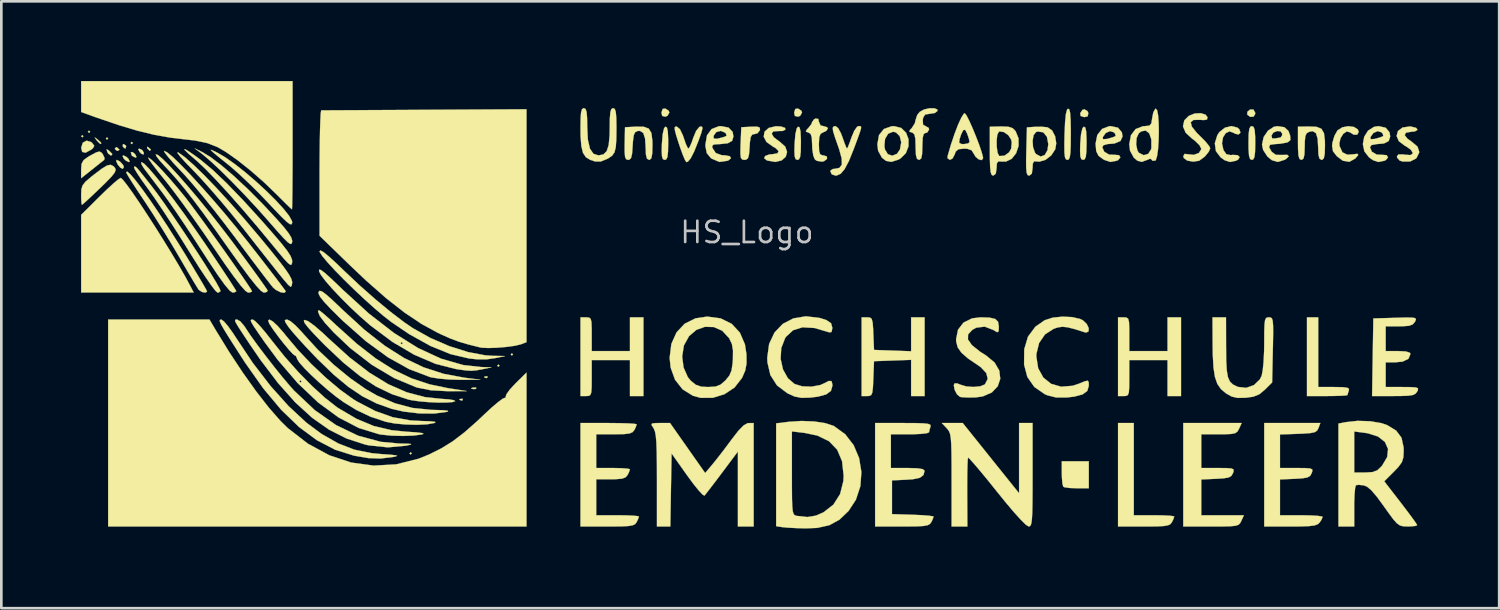
<source format=kicad_pcb>
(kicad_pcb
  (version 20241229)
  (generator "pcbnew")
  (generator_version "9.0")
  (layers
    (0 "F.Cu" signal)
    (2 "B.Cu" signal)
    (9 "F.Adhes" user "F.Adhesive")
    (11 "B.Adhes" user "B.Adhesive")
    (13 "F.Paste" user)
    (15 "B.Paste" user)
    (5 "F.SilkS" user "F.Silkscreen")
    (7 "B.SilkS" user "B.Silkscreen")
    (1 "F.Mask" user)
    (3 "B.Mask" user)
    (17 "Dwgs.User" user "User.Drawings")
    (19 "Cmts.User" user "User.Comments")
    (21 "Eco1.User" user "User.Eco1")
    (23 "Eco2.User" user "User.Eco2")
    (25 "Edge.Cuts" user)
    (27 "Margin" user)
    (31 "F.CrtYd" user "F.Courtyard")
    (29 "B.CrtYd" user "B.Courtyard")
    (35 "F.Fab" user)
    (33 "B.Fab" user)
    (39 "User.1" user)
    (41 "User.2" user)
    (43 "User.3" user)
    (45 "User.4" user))
  (footprint "HS_Logo"
    (layer "F.Cu")
    (at 25.066 7.794)
    (property "Reference" "HS_Logo" (at 0 -2.1 0) (layer "Dwgs.User") (effects (font (size 0.8 0.8) (thickness 0.1))))
    (attr through_hole)
    (fp_poly (pts (xy -24.977 -5.715) (xy -25.019 -5.673) (xy -25.061 -5.715) (xy -25.019 -5.757) (xy -24.977 -5.715)) (stroke (width 0.01) (type solid)) (fill yes) (layer "F.SilkS"))
    (fp_poly (pts (xy -24.723 -5.884) (xy -24.765 -5.842) (xy -24.807 -5.884) (xy -24.765 -5.927) (xy -24.723 -5.884)) (stroke (width 0.01) (type solid)) (fill yes) (layer "F.SilkS"))
    (fp_poly (pts (xy -24.045 -5.63) (xy -24.088 -5.588) (xy -24.13 -5.63) (xy -24.088 -5.673) (xy -24.045 -5.63)) (stroke (width 0.01) (type solid)) (fill yes) (layer "F.SilkS"))
    (fp_poly (pts (xy -23.114 -5.461) (xy -23.156 -5.419) (xy -23.199 -5.461) (xy -23.156 -5.503) (xy -23.114 -5.461)) (stroke (width 0.01) (type solid)) (fill yes) (layer "F.SilkS"))
    (fp_poly (pts (xy -12.615 6.223) (xy -12.658 6.265) (xy -12.7 6.223) (xy -12.658 6.181) (xy -12.615 6.223)) (stroke (width 0.01) (type solid)) (fill yes) (layer "F.SilkS"))
    (fp_poly (pts (xy -9.313 2.921) (xy -9.356 2.963) (xy -9.398 2.921) (xy -9.356 2.879) (xy -9.313 2.921)) (stroke (width 0.01) (type solid)) (fill yes) (layer "F.SilkS"))
    (fp_poly (pts (xy -8.805 2.498) (xy -8.848 2.54) (xy -8.89 2.498) (xy -8.848 2.455) (xy -8.805 2.498)) (stroke (width 0.01) (type solid)) (fill yes) (layer "F.SilkS"))
    (fp_poly (pts (xy -10.696 4.177) (xy -10.708 4.227) (xy -10.753 4.233) (xy -10.822 4.202) (xy -10.809 4.177) (xy -10.709 4.167) (xy -10.696 4.177)) (stroke (width 0.01) (type solid)) (fill yes) (layer "F.SilkS"))
    (fp_poly (pts (xy -10.183 3.759) (xy -10.208 3.797) (xy -10.294 3.803) (xy -10.384 3.783) (xy -10.345 3.752) (xy -10.213 3.742) (xy -10.183 3.759)) (stroke (width 0.01) (type solid)) (fill yes) (layer "F.SilkS"))
    (fp_poly (pts (xy -9.765 3.33) (xy -9.777 3.381) (xy -9.821 3.387) (xy -9.891 3.356) (xy -9.878 3.33) (xy -9.777 3.32) (xy -9.765 3.33)) (stroke (width 0.01) (type solid)) (fill yes) (layer "F.SilkS"))
    (fp_poly (pts (xy -23.031 -5.04) (xy -22.976 -4.933) (xy -23.014 -4.911) (xy -23.138 -4.973) (xy -23.16 -5.001) (xy -23.192 -5.111) (xy -23.126 -5.12) (xy -23.031 -5.04)) (stroke (width 0.01) (type solid)) (fill yes) (layer "F.SilkS"))
    (fp_poly (pts (xy -22.764 -5.196) (xy -22.699 -5.091) (xy -22.712 -5.03) (xy -22.789 -5.053) (xy -22.858 -5.12) (xy -22.913 -5.227) (xy -22.875 -5.249) (xy -22.764 -5.196)) (stroke (width 0.01) (type solid)) (fill yes) (layer "F.SilkS"))
    (fp_poly (pts (xy -22.534 -5.3) (xy -22.444 -5.221) (xy -22.437 -5.202) (xy -22.477 -5.167) (xy -22.561 -5.245) (xy -22.572 -5.262) (xy -22.582 -5.32) (xy -22.534 -5.3)) (stroke (width 0.01) (type solid)) (fill yes) (layer "F.SilkS"))
    (fp_poly (pts (xy -24.509 -5.646) (xy -24.448 -5.599) (xy -24.33 -5.494) (xy -24.299 -5.451) (xy -24.341 -5.425) (xy -24.453 -5.534) (xy -24.479 -5.567) (xy -24.553 -5.667) (xy -24.509 -5.646)) (stroke (width 0.01) (type solid)) (fill yes) (layer "F.SilkS"))
    (fp_poly (pts (xy -24.03 -5.187) (xy -24.005 -5.166) (xy -23.888 -5.047) (xy -23.915 -4.998) (xy -23.952 -4.995) (xy -24.043 -5.063) (xy -24.081 -5.134) (xy -24.102 -5.226) (xy -24.03 -5.187)) (stroke (width 0.01) (type solid)) (fill yes) (layer "F.SilkS"))
    (fp_poly (pts (xy -23.707 -5.292) (xy -23.626 -5.216) (xy -23.622 -5.202) (xy -23.688 -5.166) (xy -23.707 -5.165) (xy -23.788 -5.23) (xy -23.791 -5.254) (xy -23.739 -5.305) (xy -23.707 -5.292)) (stroke (width 0.01) (type solid)) (fill yes) (layer "F.SilkS"))
    (fp_poly (pts (xy -23.602 -4.765) (xy -23.485 -4.638) (xy -23.453 -4.555) (xy -23.495 -4.487) (xy -23.594 -4.54) (xy -23.687 -4.657) (xy -23.743 -4.785) (xy -23.724 -4.826) (xy -23.602 -4.765)) (stroke (width 0.01) (type solid)) (fill yes) (layer "F.SilkS"))
    (fp_poly (pts (xy -23.371 -5.357) (xy -23.368 -5.334) (xy -23.397 -5.252) (xy -23.405 -5.249) (xy -23.478 -5.309) (xy -23.495 -5.334) (xy -23.488 -5.412) (xy -23.458 -5.419) (xy -23.371 -5.357)) (stroke (width 0.01) (type solid)) (fill yes) (layer "F.SilkS"))
    (fp_poly (pts (xy -23.354 -4.937) (xy -23.283 -4.868) (xy -23.233 -4.766) (xy -23.263 -4.741) (xy -23.382 -4.8) (xy -23.453 -4.868) (xy -23.503 -4.971) (xy -23.473 -4.995) (xy -23.354 -4.937)) (stroke (width 0.01) (type solid)) (fill yes) (layer "F.SilkS"))
    (fp_poly (pts (xy -2.943 -6.674) (xy -2.921 -6.604) (xy -2.991 -6.484) (xy -3.069 -6.451) (xy -3.189 -6.48) (xy -3.217 -6.604) (xy -3.174 -6.743) (xy -3.069 -6.757) (xy -2.943 -6.674)) (stroke (width 0.01) (type solid)) (fill yes) (layer "F.SilkS"))
    (fp_poly (pts (xy 2.052 -6.674) (xy 2.074 -6.604) (xy 2.004 -6.484) (xy 1.926 -6.451) (xy 1.806 -6.48) (xy 1.778 -6.604) (xy 1.821 -6.743) (xy 1.926 -6.757) (xy 2.052 -6.674)) (stroke (width 0.01) (type solid)) (fill yes) (layer "F.SilkS"))
    (fp_poly (pts (xy 12.82 -6.661) (xy 12.853 -6.583) (xy 12.824 -6.463) (xy 12.7 -6.435) (xy 12.561 -6.478) (xy 12.547 -6.583) (xy 12.63 -6.709) (xy 12.7 -6.731) (xy 12.82 -6.661)) (stroke (width 0.01) (type solid)) (fill yes) (layer "F.SilkS"))
    (fp_poly (pts (xy 19.067 -6.72) (xy 19.129 -6.609) (xy 19.135 -6.557) (xy 19.074 -6.455) (xy 18.946 -6.444) (xy 18.832 -6.529) (xy 18.84 -6.638) (xy 18.941 -6.722) (xy 19.064 -6.722) (xy 19.067 -6.72)) (stroke (width 0.01) (type solid)) (fill yes) (layer "F.SilkS"))
    (fp_poly (pts (xy -24.68 -5.493) (xy -24.648 -5.465) (xy -24.567 -5.356) (xy -24.618 -5.264) (xy -24.684 -5.211) (xy -24.893 -5.096) (xy -25.021 -5.125) (xy -25.061 -5.283) (xy -25 -5.472) (xy -24.854 -5.55) (xy -24.68 -5.493)) (stroke (width 0.01) (type solid)) (fill yes) (layer "F.SilkS"))
    (fp_poly (pts (xy 12.869 7.535) (xy 12.418 7.535) (xy 12.154 7.526) (xy 11.965 7.5) (xy 11.91 7.479) (xy 11.878 7.369) (xy 11.858 7.147) (xy 11.853 6.971) (xy 11.853 6.519) (xy 12.869 6.519) (xy 12.869 7.535)) (stroke (width 0.01) (type solid)) (fill yes) (layer "F.SilkS"))
    (fp_poly (pts (xy -24.295 -5.099) (xy -24.244 -5.034) (xy -24.179 -4.893) (xy -24.193 -4.826) (xy -24.29 -4.75) (xy -24.475 -4.603) (xy -24.659 -4.456) (xy -25.061 -4.137) (xy -25.061 -4.466) (xy -25.045 -4.677) (xy -24.97 -4.816) (xy -24.795 -4.943) (xy -24.71 -4.992) (xy -24.495 -5.107) (xy -24.374 -5.141) (xy -24.295 -5.099)) (stroke (width 0.01) (type solid)) (fill yes) (layer "F.SilkS"))
    (fp_poly (pts (xy -3.012 -6.046) (xy -2.978 -5.899) (xy -2.964 -5.612) (xy -2.963 -5.468) (xy -2.97 -5.133) (xy -2.992 -4.935) (xy -3.038 -4.844) (xy -3.094 -4.826) (xy -3.162 -4.854) (xy -3.198 -4.96) (xy -3.207 -5.176) (xy -3.2 -5.433) (xy -3.17 -5.798) (xy -3.118 -6.016) (xy -3.069 -6.075) (xy -3.012 -6.046)) (stroke (width 0.01) (type solid)) (fill yes) (layer "F.SilkS"))
    (fp_poly (pts (xy 1.983 -6.046) (xy 2.017 -5.899) (xy 2.031 -5.612) (xy 2.032 -5.468) (xy 2.026 -5.133) (xy 2.003 -4.935) (xy 1.957 -4.844) (xy 1.901 -4.826) (xy 1.833 -4.854) (xy 1.797 -4.96) (xy 1.788 -5.176) (xy 1.795 -5.433) (xy 1.825 -5.798) (xy 1.877 -6.016) (xy 1.926 -6.075) (xy 1.983 -6.046)) (stroke (width 0.01) (type solid)) (fill yes) (layer "F.SilkS"))
    (fp_poly (pts (xy 12.736 -6.046) (xy 12.77 -5.899) (xy 12.784 -5.612) (xy 12.785 -5.468) (xy 12.778 -5.133) (xy 12.756 -4.935) (xy 12.71 -4.844) (xy 12.654 -4.826) (xy 12.586 -4.854) (xy 12.55 -4.96) (xy 12.541 -5.176) (xy 12.548 -5.433) (xy 12.578 -5.798) (xy 12.63 -6.016) (xy 12.679 -6.075) (xy 12.736 -6.046)) (stroke (width 0.01) (type solid)) (fill yes) (layer "F.SilkS"))
    (fp_poly (pts (xy 21.505 3.725) (xy 22.107 3.725) (xy 22.421 3.73) (xy 22.596 3.751) (xy 22.664 3.793) (xy 22.657 3.859) (xy 22.613 3.994) (xy 22.606 4.029) (xy 22.528 4.044) (xy 22.318 4.056) (xy 22.014 4.063) (xy 21.844 4.064) (xy 21.082 4.064) (xy 21.082 1.101) (xy 21.505 1.101) (xy 21.505 3.725)) (stroke (width 0.01) (type solid)) (fill yes) (layer "F.SilkS"))
    (fp_poly (pts (xy 19.075 -6.063) (xy 19.114 -5.943) (xy 19.132 -5.705) (xy 19.135 -5.461) (xy 19.128 -5.126) (xy 19.104 -4.929) (xy 19.056 -4.841) (xy 19.008 -4.826) (xy 18.941 -4.859) (xy 18.901 -4.979) (xy 18.884 -5.217) (xy 18.881 -5.461) (xy 18.887 -5.796) (xy 18.911 -5.993) (xy 18.959 -6.081) (xy 19.008 -6.096) (xy 19.075 -6.063)) (stroke (width 0.01) (type solid)) (fill yes) (layer "F.SilkS"))
    (fp_poly (pts (xy 14.563 8.551) (xy 15.325 8.551) (xy 15.66 8.556) (xy 15.92 8.569) (xy 16.067 8.589) (xy 16.087 8.599) (xy 16.051 8.704) (xy 15.999 8.811) (xy 15.945 8.882) (xy 15.854 8.929) (xy 15.695 8.957) (xy 15.435 8.971) (xy 15.044 8.975) (xy 14.941 8.975) (xy 13.97 8.975) (xy 13.97 5.08) (xy 14.563 5.08) (xy 14.563 8.551)) (stroke (width 0.01) (type solid)) (fill yes) (layer "F.SilkS"))
    (fp_poly (pts (xy -23.492 -4.079) (xy -23.339 -3.886) (xy -23.126 -3.59) (xy -22.869 -3.213) (xy -22.58 -2.775) (xy -22.273 -2.299) (xy -21.963 -1.805) (xy -21.662 -1.316) (xy -21.385 -0.852) (xy -21.145 -0.435) (xy -20.96 -0.093) (xy -20.824 0.169) (xy -25.061 0.169) (xy -25.061 -2.755) (xy -24.361 -3.452) (xy -24.078 -3.726) (xy -23.834 -3.95) (xy -23.656 -4.098) (xy -23.572 -4.149) (xy -23.492 -4.079)) (stroke (width 0.01) (type solid)) (fill yes) (layer "F.SilkS"))
    (fp_poly (pts (xy 12.134 -6.727) (xy 12.166 -6.599) (xy 12.184 -6.349) (xy 12.192 -5.956) (xy 12.192 -5.807) (xy 12.189 -5.379) (xy 12.177 -5.093) (xy 12.153 -4.924) (xy 12.113 -4.844) (xy 12.062 -4.826) (xy 12.005 -4.849) (xy 11.97 -4.935) (xy 11.952 -5.113) (xy 11.949 -5.409) (xy 11.956 -5.772) (xy 11.976 -6.238) (xy 12.006 -6.548) (xy 12.051 -6.715) (xy 12.086 -6.752) (xy 12.134 -6.727)) (stroke (width 0.01) (type solid)) (fill yes) (layer "F.SilkS"))
    (fp_poly (pts (xy 0.483 -6.04) (xy 0.492 -5.95) (xy 0.492 -5.947) (xy 0.396 -5.826) (xy 0.295 -5.8) (xy 0.198 -5.777) (xy 0.142 -5.685) (xy 0.112 -5.483) (xy 0.102 -5.313) (xy 0.079 -5.035) (xy 0.04 -4.888) (xy -0.033 -4.832) (xy -0.093 -4.826) (xy -0.179 -4.84) (xy -0.227 -4.906) (xy -0.245 -5.059) (xy -0.241 -5.335) (xy -0.237 -5.44) (xy -0.212 -6.054) (xy 0.154 -6.074) (xy 0.383 -6.077) (xy 0.483 -6.04)) (stroke (width 0.01) (type solid)) (fill yes) (layer "F.SilkS"))
    (fp_poly (pts (xy -23.846 -4.588) (xy -23.791 -4.529) (xy -23.761 -4.455) (xy -23.795 -4.355) (xy -23.911 -4.204) (xy -24.126 -3.981) (xy -24.345 -3.767) (xy -24.615 -3.51) (xy -24.837 -3.302) (xy -24.985 -3.169) (xy -25.033 -3.133) (xy -25.05 -3.208) (xy -25.06 -3.4) (xy -25.061 -3.512) (xy -25.053 -3.716) (xy -25.008 -3.865) (xy -24.898 -4.005) (xy -24.692 -4.181) (xy -24.575 -4.274) (xy -24.282 -4.495) (xy -24.085 -4.614) (xy -23.95 -4.641) (xy -23.846 -4.588)) (stroke (width 0.01) (type solid)) (fill yes) (layer "F.SilkS"))
    (fp_poly (pts (xy -5.946 1.109) (xy -5.883 1.156) (xy -5.852 1.279) (xy -5.843 1.513) (xy -5.842 1.736) (xy -5.842 2.371) (xy -4.403 2.371) (xy -4.403 1.101) (xy -3.895 1.101) (xy -3.895 4.064) (xy -4.403 4.064) (xy -4.403 2.709) (xy -5.842 2.709) (xy -5.842 3.387) (xy -5.844 3.723) (xy -5.858 3.924) (xy -5.895 4.025) (xy -5.964 4.06) (xy -6.054 4.064) (xy -6.265 4.064) (xy -6.265 1.101) (xy -6.054 1.101) (xy -5.946 1.109)) (stroke (width 0.01) (type solid)) (fill yes) (layer "F.SilkS"))
    (fp_poly (pts (xy 14.289 1.109) (xy 14.352 1.156) (xy 14.383 1.279) (xy 14.393 1.513) (xy 14.393 1.736) (xy 14.393 2.371) (xy 15.833 2.371) (xy 15.833 1.101) (xy 16.341 1.101) (xy 16.341 4.064) (xy 15.833 4.064) (xy 15.833 2.709) (xy 14.393 2.709) (xy 14.393 3.387) (xy 14.391 3.723) (xy 14.377 3.924) (xy 14.341 4.025) (xy 14.271 4.06) (xy 14.182 4.064) (xy 13.97 4.064) (xy 13.97 1.101) (xy 14.182 1.101) (xy 14.289 1.109)) (stroke (width 0.01) (type solid)) (fill yes) (layer "F.SilkS"))
    (fp_poly (pts (xy -16.055 0.87) (xy -15.89 1.006) (xy -15.656 1.215) (xy -15.445 1.412) (xy -14.683 2.097) (xy -13.976 2.647) (xy -13.3 3.076) (xy -12.63 3.397) (xy -11.941 3.625) (xy -11.262 3.766) (xy -10.541 3.878) (xy -11.261 3.882) (xy -11.896 3.848) (xy -12.417 3.744) (xy -12.446 3.735) (xy -13.278 3.388) (xy -14.115 2.891) (xy -14.931 2.26) (xy -15.546 1.678) (xy -15.876 1.318) (xy -16.075 1.057) (xy -16.145 0.889) (xy -16.126 0.83) (xy -16.055 0.87)) (stroke (width 0.01) (type solid)) (fill yes) (layer "F.SilkS"))
    (fp_poly (pts (xy 4.634 1.11) (xy 4.698 1.164) (xy 4.733 1.298) (xy 4.752 1.547) (xy 4.759 1.714) (xy 4.784 2.328) (xy 5.482 2.353) (xy 6.181 2.378) (xy 6.181 1.101) (xy 6.689 1.101) (xy 6.689 4.064) (xy 6.181 4.064) (xy 6.181 2.702) (xy 5.482 2.727) (xy 4.784 2.752) (xy 4.759 3.408) (xy 4.744 3.737) (xy 4.72 3.933) (xy 4.677 4.029) (xy 4.6 4.061) (xy 4.526 4.064) (xy 4.318 4.064) (xy 4.318 1.101) (xy 4.526 1.101) (xy 4.634 1.11)) (stroke (width 0.01) (type solid)) (fill yes) (layer "F.SilkS"))
    (fp_poly (pts (xy -20.517 -5.128) (xy -20.195 -4.933) (xy -19.788 -4.625) (xy -19.317 -4.222) (xy -18.803 -3.743) (xy -18.267 -3.205) (xy -18.049 -2.975) (xy -17.68 -2.576) (xy -17.417 -2.277) (xy -17.246 -2.057) (xy -17.15 -1.899) (xy -17.117 -1.781) (xy -17.118 -1.738) (xy -17.139 -1.669) (xy -17.188 -1.659) (xy -17.281 -1.723) (xy -17.434 -1.874) (xy -17.663 -2.126) (xy -17.984 -2.493) (xy -18.006 -2.519) (xy -18.442 -3.009) (xy -18.903 -3.505) (xy -19.363 -3.981) (xy -19.797 -4.411) (xy -20.178 -4.769) (xy -20.482 -5.028) (xy -20.532 -5.067) (xy -20.786 -5.258) (xy -20.517 -5.128)) (stroke (width 0.01) (type solid)) (fill yes) (layer "F.SilkS"))
    (fp_poly (pts (xy -20.103 -5.178) (xy -19.948 -5.103) (xy -19.926 -5.092) (xy -19.619 -4.911) (xy -19.26 -4.655) (xy -18.87 -4.347) (xy -18.471 -4.005) (xy -18.087 -3.651) (xy -17.738 -3.305) (xy -17.447 -2.989) (xy -17.235 -2.722) (xy -17.126 -2.526) (xy -17.116 -2.459) (xy -17.142 -2.401) (xy -17.205 -2.408) (xy -17.321 -2.492) (xy -17.506 -2.668) (xy -17.776 -2.949) (xy -18.003 -3.191) (xy -18.37 -3.574) (xy -18.762 -3.96) (xy -19.134 -4.31) (xy -19.444 -4.581) (xy -19.485 -4.614) (xy -19.83 -4.891) (xy -20.054 -5.075) (xy -20.167 -5.176) (xy -20.18 -5.207) (xy -20.103 -5.178)) (stroke (width 0.01) (type solid)) (fill yes) (layer "F.SilkS"))
    (fp_poly (pts (xy 18.459 -6.042) (xy 18.536 -5.977) (xy 18.579 -5.85) (xy 18.508 -5.782) (xy 18.374 -5.81) (xy 18.337 -5.836) (xy 18.169 -5.9) (xy 18.022 -5.831) (xy 17.92 -5.667) (xy 17.883 -5.444) (xy 17.937 -5.201) (xy 17.941 -5.191) (xy 18.047 -5.039) (xy 18.209 -5.005) (xy 18.29 -5.014) (xy 18.475 -5.003) (xy 18.548 -4.929) (xy 18.488 -4.834) (xy 18.408 -4.793) (xy 18.188 -4.746) (xy 17.986 -4.811) (xy 17.834 -4.917) (xy 17.655 -5.154) (xy 17.613 -5.45) (xy 17.709 -5.758) (xy 17.786 -5.873) (xy 17.994 -6.038) (xy 18.239 -6.098) (xy 18.459 -6.042)) (stroke (width 0.01) (type solid)) (fill yes) (layer "F.SilkS"))
    (fp_poly (pts (xy -21.058 -5.176) (xy -20.826 -5.019) (xy -20.564 -4.827) (xy -20.123 -4.46) (xy -19.591 -3.955) (xy -18.971 -3.314) (xy -18.266 -2.539) (xy -17.838 -2.051) (xy -17.52 -1.679) (xy -17.306 -1.405) (xy -17.178 -1.207) (xy -17.122 -1.061) (xy -17.118 -0.97) (xy -17.138 -0.89) (xy -17.184 -0.874) (xy -17.272 -0.938) (xy -17.421 -1.096) (xy -17.646 -1.364) (xy -17.822 -1.578) (xy -18.41 -2.289) (xy -18.974 -2.95) (xy -19.499 -3.546) (xy -19.971 -4.059) (xy -20.373 -4.475) (xy -20.692 -4.775) (xy -20.749 -4.824) (xy -21.021 -5.059) (xy -21.16 -5.195) (xy -21.17 -5.235) (xy -21.058 -5.176)) (stroke (width 0.01) (type solid)) (fill yes) (layer "F.SilkS"))
    (fp_poly (pts (xy -17.103 -5.376) (xy -17.103 -4.757) (xy -17.106 -4.196) (xy -17.109 -3.716) (xy -17.114 -3.336) (xy -17.119 -3.08) (xy -17.125 -2.967) (xy -17.126 -2.963) (xy -17.192 -3.02) (xy -17.348 -3.17) (xy -17.567 -3.389) (xy -17.698 -3.52) (xy -18.173 -3.978) (xy -18.673 -4.416) (xy -19.162 -4.806) (xy -19.606 -5.119) (xy -19.922 -5.305) (xy -20.31 -5.457) (xy -20.781 -5.555) (xy -21.078 -5.589) (xy -21.699 -5.662) (xy -22.308 -5.77) (xy -22.945 -5.925) (xy -23.648 -6.135) (xy -24.458 -6.411) (xy -24.575 -6.452) (xy -25.061 -6.627) (xy -25.061 -7.789) (xy -17.103 -7.789) (xy -17.103 -5.376)) (stroke (width 0.01) (type solid)) (fill yes) (layer "F.SilkS"))
    (fp_poly (pts (xy -15.995 0.128) (xy -15.848 0.234) (xy -15.623 0.432) (xy -15.302 0.737) (xy -15.209 0.827) (xy -14.4 1.568) (xy -13.638 2.167) (xy -12.903 2.634) (xy -12.172 2.983) (xy -11.424 3.226) (xy -10.638 3.373) (xy -10.626 3.375) (xy -10.033 3.45) (xy -10.795 3.453) (xy -11.193 3.442) (xy -11.576 3.409) (xy -11.876 3.362) (xy -11.938 3.346) (xy -12.716 3.05) (xy -13.515 2.604) (xy -14.342 2.001) (xy -15.204 1.239) (xy -15.298 1.149) (xy -15.663 0.787) (xy -15.914 0.52) (xy -16.064 0.331) (xy -16.126 0.204) (xy -16.123 0.143) (xy -16.081 0.102) (xy -15.995 0.128)) (stroke (width 0.01) (type solid)) (fill yes) (layer "F.SilkS"))
    (fp_poly (pts (xy 22.85 -6.065) (xy 22.996 -5.972) (xy 23.029 -5.875) (xy 22.971 -5.773) (xy 22.836 -5.776) (xy 22.702 -5.863) (xy 22.578 -5.896) (xy 22.448 -5.807) (xy 22.345 -5.642) (xy 22.3 -5.442) (xy 22.311 -5.34) (xy 22.417 -5.11) (xy 22.599 -5.021) (xy 22.797 -5.033) (xy 22.981 -5.055) (xy 23.013 -5.011) (xy 22.906 -4.884) (xy 22.896 -4.874) (xy 22.676 -4.753) (xy 22.431 -4.795) (xy 22.211 -4.959) (xy 22.062 -5.149) (xy 22.027 -5.35) (xy 22.042 -5.478) (xy 22.116 -5.73) (xy 22.228 -5.929) (xy 22.235 -5.937) (xy 22.414 -6.052) (xy 22.638 -6.093) (xy 22.85 -6.065)) (stroke (width 0.01) (type solid)) (fill yes) (layer "F.SilkS"))
    (fp_poly (pts (xy -3.885 -6.073) (xy -3.696 -6.004) (xy -3.596 -5.838) (xy -3.559 -5.547) (xy -3.556 -5.366) (xy -3.565 -5.061) (xy -3.596 -4.892) (xy -3.657 -4.829) (xy -3.683 -4.826) (xy -3.761 -4.87) (xy -3.801 -5.022) (xy -3.811 -5.271) (xy -3.833 -5.627) (xy -3.901 -5.837) (xy -4.024 -5.917) (xy -4.116 -5.913) (xy -4.207 -5.868) (xy -4.261 -5.749) (xy -4.291 -5.519) (xy -4.301 -5.354) (xy -4.323 -5.057) (xy -4.362 -4.895) (xy -4.429 -4.831) (xy -4.47 -4.826) (xy -4.545 -4.848) (xy -4.587 -4.939) (xy -4.603 -5.131) (xy -4.602 -5.44) (xy -4.589 -6.054) (xy -4.188 -6.076) (xy -3.885 -6.073)) (stroke (width 0.01) (type solid)) (fill yes) (layer "F.SilkS"))
    (fp_poly (pts (xy -2.64 -6.08) (xy -2.522 -5.981) (xy -2.409 -5.747) (xy -2.377 -5.651) (xy -2.297 -5.42) (xy -2.228 -5.275) (xy -2.201 -5.249) (xy -2.147 -5.323) (xy -2.069 -5.51) (xy -2.022 -5.651) (xy -1.912 -5.916) (xy -1.793 -6.063) (xy -1.754 -6.08) (xy -1.688 -6.076) (xy -1.674 -6.007) (xy -1.716 -5.844) (xy -1.819 -5.557) (xy -1.829 -5.53) (xy -1.989 -5.132) (xy -2.118 -4.881) (xy -2.223 -4.759) (xy -2.278 -4.741) (xy -2.328 -4.816) (xy -2.413 -5.015) (xy -2.517 -5.302) (xy -2.558 -5.424) (xy -2.664 -5.756) (xy -2.715 -5.957) (xy -2.717 -6.056) (xy -2.671 -6.083) (xy -2.64 -6.08)) (stroke (width 0.01) (type solid)) (fill yes) (layer "F.SilkS"))
    (fp_poly (pts (xy 1.283 -6.082) (xy 1.435 -6.03) (xy 1.447 -5.962) (xy 1.338 -5.913) (xy 1.182 -5.911) (xy 0.988 -5.896) (xy 0.933 -5.809) (xy 1.013 -5.675) (xy 1.226 -5.515) (xy 1.228 -5.515) (xy 1.442 -5.326) (xy 1.512 -5.125) (xy 1.461 -4.941) (xy 1.307 -4.806) (xy 1.072 -4.748) (xy 0.776 -4.799) (xy 0.744 -4.811) (xy 0.647 -4.891) (xy 0.69 -4.974) (xy 0.844 -5.03) (xy 0.953 -5.038) (xy 1.15 -5.071) (xy 1.192 -5.157) (xy 1.076 -5.272) (xy 0.993 -5.317) (xy 0.738 -5.498) (xy 0.632 -5.698) (xy 0.663 -5.885) (xy 0.818 -6.027) (xy 1.085 -6.092) (xy 1.283 -6.082)) (stroke (width 0.01) (type solid)) (fill yes) (layer "F.SilkS"))
    (fp_poly (pts (xy 21.44 -6.07) (xy 21.625 -5.997) (xy 21.722 -5.832) (xy 21.757 -5.545) (xy 21.759 -5.366) (xy 21.751 -5.061) (xy 21.719 -4.892) (xy 21.658 -4.829) (xy 21.632 -4.826) (xy 21.554 -4.87) (xy 21.514 -5.022) (xy 21.504 -5.271) (xy 21.484 -5.624) (xy 21.42 -5.83) (xy 21.303 -5.905) (xy 21.177 -5.888) (xy 21.075 -5.834) (xy 21.021 -5.726) (xy 21 -5.519) (xy 20.997 -5.328) (xy 20.987 -5.035) (xy 20.952 -4.879) (xy 20.884 -4.827) (xy 20.87 -4.826) (xy 20.803 -4.86) (xy 20.763 -4.981) (xy 20.746 -5.221) (xy 20.743 -5.45) (xy 20.743 -6.075) (xy 21.14 -6.082) (xy 21.44 -6.07)) (stroke (width 0.01) (type solid)) (fill yes) (layer "F.SilkS"))
    (fp_poly (pts (xy 5.807 -6.028) (xy 5.989 -5.851) (xy 6.083 -5.606) (xy 6.082 -5.334) (xy 5.982 -5.077) (xy 5.777 -4.876) (xy 5.702 -4.835) (xy 5.436 -4.75) (xy 5.234 -4.789) (xy 5.08 -4.911) (xy 4.938 -5.172) (xy 4.918 -5.352) (xy 5.174 -5.352) (xy 5.196 -5.219) (xy 5.305 -5.039) (xy 5.474 -4.984) (xy 5.648 -5.053) (xy 5.762 -5.22) (xy 5.809 -5.49) (xy 5.752 -5.719) (xy 5.609 -5.861) (xy 5.498 -5.884) (xy 5.316 -5.81) (xy 5.201 -5.618) (xy 5.174 -5.352) (xy 4.918 -5.352) (xy 4.911 -5.419) (xy 4.973 -5.761) (xy 5.156 -5.989) (xy 5.447 -6.091) (xy 5.541 -6.096) (xy 5.807 -6.028)) (stroke (width 0.01) (type solid)) (fill yes) (layer "F.SilkS"))
    (fp_poly (pts (xy 18.527 5.292) (xy 18.467 5.398) (xy 18.38 5.461) (xy 18.227 5.492) (xy 17.967 5.503) (xy 17.766 5.503) (xy 17.103 5.503) (xy 17.103 6.773) (xy 17.735 6.773) (xy 18.056 6.776) (xy 18.239 6.79) (xy 18.317 6.826) (xy 18.32 6.896) (xy 18.297 6.964) (xy 18.239 7.068) (xy 18.132 7.13) (xy 17.935 7.163) (xy 17.665 7.179) (xy 17.103 7.204) (xy 17.103 8.551) (xy 18.708 8.551) (xy 18.611 8.763) (xy 18.565 8.851) (xy 18.503 8.911) (xy 18.393 8.947) (xy 18.205 8.966) (xy 17.909 8.973) (xy 17.474 8.975) (xy 16.425 8.975) (xy 16.425 5.08) (xy 18.623 5.08) (xy 18.527 5.292)) (stroke (width 0.01) (type solid)) (fill yes) (layer "F.SilkS"))
    (fp_poly (pts (xy -16.515 1.247) (xy -16.281 1.416) (xy -15.957 1.698) (xy -15.755 1.889) (xy -14.959 2.61) (xy -14.214 3.182) (xy -13.504 3.617) (xy -12.813 3.921) (xy -12.125 4.103) (xy -11.503 4.17) (xy -11.226 4.189) (xy -11.038 4.219) (xy -10.978 4.254) (xy -10.978 4.255) (xy -11.083 4.291) (xy -11.314 4.309) (xy -11.626 4.31) (xy -11.978 4.294) (xy -12.325 4.264) (xy -12.626 4.221) (xy -12.742 4.196) (xy -13.358 3.995) (xy -13.956 3.708) (xy -14.558 3.317) (xy -15.188 2.809) (xy -15.87 2.167) (xy -15.956 2.08) (xy -16.3 1.726) (xy -16.528 1.473) (xy -16.652 1.31) (xy -16.679 1.222) (xy -16.649 1.2) (xy -16.515 1.247)) (stroke (width 0.01) (type solid)) (fill yes) (layer "F.SilkS"))
    (fp_poly (pts (xy 24.992 -6.081) (xy 25.191 -6.031) (xy 25.243 -5.958) (xy 25.146 -5.898) (xy 25.004 -5.884) (xy 24.807 -5.849) (xy 24.761 -5.756) (xy 24.865 -5.621) (xy 25.015 -5.517) (xy 25.245 -5.323) (xy 25.311 -5.116) (xy 25.211 -4.905) (xy 25.182 -4.874) (xy 24.966 -4.765) (xy 24.69 -4.763) (xy 24.575 -4.797) (xy 24.476 -4.909) (xy 24.469 -4.955) (xy 24.52 -5.028) (xy 24.692 -5.032) (xy 24.765 -5.021) (xy 24.972 -5.006) (xy 25.055 -5.056) (xy 25.061 -5.096) (xy 24.991 -5.208) (xy 24.818 -5.332) (xy 24.765 -5.359) (xy 24.539 -5.53) (xy 24.456 -5.726) (xy 24.506 -5.91) (xy 24.675 -6.042) (xy 24.952 -6.084) (xy 24.992 -6.081)) (stroke (width 0.01) (type solid)) (fill yes) (layer "F.SilkS"))
    (fp_poly (pts (xy -23.205 -4.28) (xy -23.017 -4.059) (xy -22.771 -3.736) (xy -22.478 -3.326) (xy -22.148 -2.842) (xy -21.791 -2.298) (xy -21.417 -1.71) (xy -21.132 -1.249) (xy -20.875 -0.824) (xy -20.652 -0.451) (xy -20.475 -0.152) (xy -20.36 0.048) (xy -20.32 0.127) (xy -20.381 0.171) (xy -20.509 0.148) (xy -20.628 0.073) (xy -20.636 0.064) (xy -20.705 -0.044) (xy -20.842 -0.27) (xy -21.03 -0.587) (xy -21.251 -0.966) (xy -21.378 -1.185) (xy -21.678 -1.693) (xy -22.021 -2.252) (xy -22.366 -2.8) (xy -22.674 -3.27) (xy -22.703 -3.312) (xy -22.943 -3.672) (xy -23.144 -3.981) (xy -23.29 -4.215) (xy -23.363 -4.344) (xy -23.368 -4.36) (xy -23.326 -4.385) (xy -23.205 -4.28)) (stroke (width 0.01) (type solid)) (fill yes) (layer "F.SilkS"))
    (fp_poly (pts (xy -22.169 -5.008) (xy -21.995 -4.861) (xy -21.745 -4.612) (xy -21.434 -4.275) (xy -21.076 -3.868) (xy -20.685 -3.406) (xy -20.274 -2.905) (xy -19.858 -2.38) (xy -19.449 -1.848) (xy -19.365 -1.736) (xy -19.009 -1.257) (xy -18.689 -0.822) (xy -18.419 -0.45) (xy -18.211 -0.159) (xy -18.079 0.033) (xy -18.036 0.106) (xy -18.105 0.159) (xy -18.189 0.169) (xy -18.291 0.105) (xy -18.473 -0.091) (xy -18.736 -0.421) (xy -19.083 -0.888) (xy -19.51 -1.487) (xy -20.02 -2.207) (xy -20.453 -2.806) (xy -20.826 -3.304) (xy -21.153 -3.723) (xy -21.452 -4.082) (xy -21.738 -4.403) (xy -21.915 -4.591) (xy -22.104 -4.801) (xy -22.226 -4.961) (xy -22.254 -5.037) (xy -22.169 -5.008)) (stroke (width 0.01) (type solid)) (fill yes) (layer "F.SilkS"))
    (fp_poly (pts (xy -15.933 -1.351) (xy -15.726 -1.181) (xy -15.419 -0.899) (xy -15.177 -0.665) (xy -14.588 -0.11) (xy -13.992 0.417) (xy -13.422 0.889) (xy -12.909 1.281) (xy -12.574 1.51) (xy -11.909 1.881) (xy -11.203 2.186) (xy -10.501 2.408) (xy -9.849 2.531) (xy -9.569 2.55) (xy -9.102 2.559) (xy -9.44 2.63) (xy -9.801 2.683) (xy -10.159 2.682) (xy -10.456 2.65) (xy -11.155 2.487) (xy -11.914 2.178) (xy -12.722 1.728) (xy -13.377 1.284) (xy -13.678 1.05) (xy -14.028 0.752) (xy -14.406 0.412) (xy -14.791 0.05) (xy -15.161 -0.312) (xy -15.497 -0.654) (xy -15.775 -0.956) (xy -15.976 -1.195) (xy -16.078 -1.352) (xy -16.087 -1.385) (xy -16.05 -1.417) (xy -15.933 -1.351)) (stroke (width 0.01) (type solid)) (fill yes) (layer "F.SilkS"))
    (fp_poly (pts (xy -23.009 -4.565) (xy -22.943 -4.502) (xy -22.828 -4.366) (xy -22.644 -4.136) (xy -22.42 -3.852) (xy -22.209 -3.573) (xy -21.949 -3.211) (xy -21.655 -2.788) (xy -21.34 -2.327) (xy -21.021 -1.849) (xy -20.71 -1.377) (xy -20.424 -0.934) (xy -20.177 -0.541) (xy -19.982 -0.22) (xy -19.856 0.006) (xy -19.812 0.113) (xy -19.88 0.164) (xy -19.93 0.169) (xy -20.006 0.1) (xy -20.156 -0.094) (xy -20.363 -0.391) (xy -20.614 -0.77) (xy -20.893 -1.212) (xy -21.009 -1.399) (xy -21.335 -1.922) (xy -21.675 -2.453) (xy -22.003 -2.954) (xy -22.295 -3.386) (xy -22.528 -3.715) (xy -22.545 -3.738) (xy -22.769 -4.048) (xy -22.943 -4.307) (xy -23.05 -4.487) (xy -23.073 -4.557) (xy -23.046 -4.576) (xy -23.009 -4.565)) (stroke (width 0.01) (type solid)) (fill yes) (layer "F.SilkS"))
    (fp_poly (pts (xy -22.681 -4.674) (xy -22.495 -4.482) (xy -22.24 -4.183) (xy -21.929 -3.793) (xy -21.576 -3.328) (xy -21.191 -2.805) (xy -20.79 -2.241) (xy -20.383 -1.651) (xy -20.315 -1.551) (xy -20.004 -1.087) (xy -19.727 -0.671) (xy -19.497 -0.323) (xy -19.329 -0.062) (xy -19.235 0.09) (xy -19.219 0.121) (xy -19.289 0.161) (xy -19.367 0.168) (xy -19.473 0.092) (xy -19.66 -0.132) (xy -19.927 -0.504) (xy -20.274 -1.026) (xy -20.482 -1.348) (xy -20.811 -1.856) (xy -21.149 -2.368) (xy -21.472 -2.846) (xy -21.756 -3.254) (xy -21.976 -3.557) (xy -21.985 -3.569) (xy -22.23 -3.892) (xy -22.455 -4.189) (xy -22.629 -4.418) (xy -22.697 -4.508) (xy -22.79 -4.661) (xy -22.796 -4.739) (xy -22.785 -4.741) (xy -22.681 -4.674)) (stroke (width 0.01) (type solid)) (fill yes) (layer "F.SilkS"))
    (fp_poly (pts (xy -20 1.575) (xy -19.489 2.408) (xy -18.972 3.189) (xy -18.467 3.897) (xy -17.989 4.51) (xy -17.554 5.005) (xy -17.285 5.27) (xy -16.524 5.859) (xy -15.723 6.293) (xy -14.895 6.568) (xy -14.051 6.683) (xy -13.202 6.635) (xy -12.36 6.424) (xy -11.966 6.265) (xy -11.504 6.034) (xy -11.075 5.768) (xy -10.642 5.438) (xy -10.163 5.017) (xy -9.898 4.766) (xy -9.611 4.5) (xy -9.365 4.291) (xy -9.187 4.16) (xy -9.102 4.128) (xy -9.101 4.128) (xy -9.068 4.134) (xy -9.084 4.099) (xy -9.054 3.999) (xy -8.927 3.822) (xy -8.728 3.606) (xy -8.717 3.595) (xy -8.297 3.181) (xy -8.297 8.975) (xy -24.045 8.975) (xy -24.045 1.185) (xy -20.231 1.185) (xy -20 1.575)) (stroke (width 0.01) (type solid)) (fill yes) (layer "F.SilkS"))
    (fp_poly (pts (xy 2.687 -6.367) (xy 2.709 -6.263) (xy 2.771 -6.123) (xy 2.879 -6.096) (xy 3.016 -6.057) (xy 3.048 -6.003) (xy 2.977 -5.91) (xy 2.879 -5.867) (xy 2.774 -5.809) (xy 2.723 -5.679) (xy 2.709 -5.43) (xy 2.709 -5.409) (xy 2.718 -5.159) (xy 2.757 -5.036) (xy 2.844 -4.997) (xy 2.886 -4.995) (xy 3.011 -4.953) (xy 3.015 -4.864) (xy 2.909 -4.78) (xy 2.829 -4.759) (xy 2.64 -4.788) (xy 2.56 -4.84) (xy 2.5 -4.98) (xy 2.462 -5.223) (xy 2.455 -5.387) (xy 2.443 -5.661) (xy 2.398 -5.805) (xy 2.313 -5.857) (xy 2.218 -5.889) (xy 2.247 -5.958) (xy 2.313 -6.026) (xy 2.425 -6.169) (xy 2.455 -6.25) (xy 2.523 -6.348) (xy 2.582 -6.381) (xy 2.687 -6.367)) (stroke (width 0.01) (type solid)) (fill yes) (layer "F.SilkS"))
    (fp_poly (pts (xy 21.514 5.271) (xy 21.464 5.366) (xy 21.374 5.425) (xy 21.208 5.459) (xy 20.926 5.479) (xy 20.755 5.486) (xy 20.066 5.51) (xy 20.066 6.773) (xy 20.698 6.773) (xy 21.019 6.776) (xy 21.203 6.79) (xy 21.28 6.826) (xy 21.283 6.896) (xy 21.26 6.964) (xy 21.202 7.068) (xy 21.096 7.13) (xy 20.898 7.163) (xy 20.628 7.179) (xy 20.066 7.204) (xy 20.066 8.551) (xy 20.87 8.551) (xy 21.216 8.558) (xy 21.486 8.574) (xy 21.645 8.598) (xy 21.672 8.615) (xy 21.624 8.727) (xy 21.557 8.826) (xy 21.485 8.891) (xy 21.364 8.935) (xy 21.165 8.96) (xy 20.856 8.972) (xy 20.459 8.975) (xy 19.473 8.975) (xy 19.473 5.08) (xy 21.585 5.08) (xy 21.514 5.271)) (stroke (width 0.01) (type solid)) (fill yes) (layer "F.SilkS"))
    (fp_poly (pts (xy 25.025 1.111) (xy 25.148 1.129) (xy 25.185 1.17) (xy 25.162 1.239) (xy 25.148 1.267) (xy 25.066 1.366) (xy 24.926 1.419) (xy 24.683 1.438) (xy 24.55 1.439) (xy 24.045 1.439) (xy 24.045 2.371) (xy 24.511 2.371) (xy 24.808 2.386) (xy 24.955 2.435) (xy 24.977 2.481) (xy 24.901 2.662) (xy 24.681 2.768) (xy 24.409 2.794) (xy 24.045 2.794) (xy 24.045 3.725) (xy 24.683 3.725) (xy 25.005 3.728) (xy 25.188 3.742) (xy 25.262 3.776) (xy 25.257 3.841) (xy 25.231 3.895) (xy 25.171 3.974) (xy 25.072 4.024) (xy 24.898 4.052) (xy 24.614 4.062) (xy 24.337 4.064) (xy 23.533 4.064) (xy 23.58 1.143) (xy 24.41 1.119) (xy 24.788 1.109) (xy 25.025 1.111)) (stroke (width 0.01) (type solid)) (fill yes) (layer "F.SilkS"))
    (fp_poly (pts (xy -21.399 -5.101) (xy -21.156 -4.926) (xy -20.825 -4.634) (xy -20.42 -4.239) (xy -19.957 -3.758) (xy -19.45 -3.206) (xy -18.916 -2.599) (xy -18.368 -1.952) (xy -18.343 -1.922) (xy -17.928 -1.419) (xy -17.614 -1.027) (xy -17.387 -0.729) (xy -17.237 -0.51) (xy -17.151 -0.351) (xy -17.118 -0.238) (xy -17.119 -0.191) (xy -17.138 -0.077) (xy -17.179 -0.049) (xy -17.267 -0.122) (xy -17.428 -0.309) (xy -17.491 -0.385) (xy -17.65 -0.582) (xy -17.891 -0.885) (xy -18.191 -1.264) (xy -18.528 -1.693) (xy -18.88 -2.142) (xy -18.926 -2.201) (xy -19.319 -2.692) (xy -19.742 -3.202) (xy -20.163 -3.69) (xy -20.546 -4.118) (xy -20.837 -4.424) (xy -21.122 -4.717) (xy -21.323 -4.94) (xy -21.429 -5.076) (xy -21.428 -5.115) (xy -21.399 -5.101)) (stroke (width 0.01) (type solid)) (fill yes) (layer "F.SilkS"))
    (fp_poly (pts (xy -17.177 1.249) (xy -16.985 1.414) (xy -16.759 1.65) (xy -16.679 1.742) (xy -16.147 2.324) (xy -15.555 2.883) (xy -14.941 3.388) (xy -14.346 3.804) (xy -13.928 4.044) (xy -13.246 4.338) (xy -12.588 4.512) (xy -11.882 4.584) (xy -11.773 4.587) (xy -11.433 4.598) (xy -11.26 4.617) (xy -11.248 4.644) (xy -11.303 4.661) (xy -11.775 4.723) (xy -12.334 4.718) (xy -12.912 4.651) (xy -13.38 4.543) (xy -13.941 4.343) (xy -14.471 4.075) (xy -14.999 3.721) (xy -15.551 3.263) (xy -16.154 2.681) (xy -16.3 2.53) (xy -16.609 2.204) (xy -16.891 1.895) (xy -17.116 1.638) (xy -17.255 1.466) (xy -17.259 1.46) (xy -17.375 1.285) (xy -17.394 1.206) (xy -17.322 1.187) (xy -17.299 1.187) (xy -17.177 1.249)) (stroke (width 0.01) (type solid)) (fill yes) (layer "F.SilkS"))
    (fp_poly (pts (xy 17.265 -6.528) (xy 17.338 -6.43) (xy 17.319 -6.344) (xy 17.193 -6.323) (xy 17.064 -6.333) (xy 16.813 -6.329) (xy 16.707 -6.242) (xy 16.747 -6.079) (xy 16.933 -5.844) (xy 17.051 -5.728) (xy 17.255 -5.523) (xy 17.396 -5.351) (xy 17.441 -5.261) (xy 17.386 -5.135) (xy 17.251 -4.967) (xy 17.234 -4.949) (xy 17.025 -4.794) (xy 16.794 -4.759) (xy 16.573 -4.8) (xy 16.448 -4.893) (xy 16.425 -4.965) (xy 16.477 -5.052) (xy 16.595 -5.038) (xy 16.827 -5.016) (xy 17.015 -5.087) (xy 17.102 -5.226) (xy 17.103 -5.244) (xy 17.036 -5.378) (xy 16.868 -5.544) (xy 16.764 -5.62) (xy 16.515 -5.848) (xy 16.414 -6.088) (xy 16.465 -6.315) (xy 16.632 -6.481) (xy 16.851 -6.57) (xy 17.082 -6.584) (xy 17.265 -6.528)) (stroke (width 0.01) (type solid)) (fill yes) (layer "F.SilkS"))
    (fp_poly (pts (xy -22.435 -4.848) (xy -22.251 -4.677) (xy -22.004 -4.42) (xy -21.715 -4.1) (xy -21.406 -3.74) (xy -21.152 -3.429) (xy -20.983 -3.211) (xy -20.755 -2.904) (xy -20.482 -2.532) (xy -20.182 -2.117) (xy -19.869 -1.681) (xy -19.56 -1.246) (xy -19.271 -0.835) (xy -19.017 -0.47) (xy -18.814 -0.174) (xy -18.679 0.032) (xy -18.627 0.124) (xy -18.627 0.125) (xy -18.697 0.162) (xy -18.779 0.169) (xy -18.878 0.104) (xy -19.054 -0.094) (xy -19.309 -0.428) (xy -19.646 -0.9) (xy -20.067 -1.515) (xy -20.092 -1.552) (xy -20.46 -2.091) (xy -20.843 -2.636) (xy -21.216 -3.155) (xy -21.555 -3.612) (xy -21.836 -3.976) (xy -21.93 -4.092) (xy -22.18 -4.4) (xy -22.376 -4.656) (xy -22.501 -4.833) (xy -22.537 -4.909) (xy -22.534 -4.911) (xy -22.435 -4.848)) (stroke (width 0.01) (type solid)) (fill yes) (layer "F.SilkS"))
    (fp_poly (pts (xy -21.813 -5.101) (xy -21.598 -4.921) (xy -21.308 -4.64) (xy -20.955 -4.274) (xy -20.556 -3.839) (xy -20.124 -3.351) (xy -19.673 -2.826) (xy -19.22 -2.279) (xy -18.777 -1.727) (xy -18.733 -1.67) (xy -18.365 -1.2) (xy -18.035 -0.774) (xy -17.755 -0.41) (xy -17.54 -0.127) (xy -17.402 0.059) (xy -17.357 0.128) (xy -17.417 0.179) (xy -17.561 0.154) (xy -17.729 0.07) (xy -17.837 -0.021) (xy -17.934 -0.141) (xy -18.116 -0.375) (xy -18.366 -0.704) (xy -18.669 -1.105) (xy -19.008 -1.558) (xy -19.266 -1.905) (xy -19.664 -2.43) (xy -20.078 -2.96) (xy -20.484 -3.462) (xy -20.855 -3.906) (xy -21.166 -4.259) (xy -21.281 -4.381) (xy -21.555 -4.672) (xy -21.769 -4.914) (xy -21.904 -5.085) (xy -21.942 -5.162) (xy -21.936 -5.165) (xy -21.813 -5.101)) (stroke (width 0.01) (type solid)) (fill yes) (layer "F.SilkS"))
    (fp_poly (pts (xy -19.688 1.253) (xy -19.532 1.435) (xy -19.345 1.697) (xy -19.251 1.841) (xy -18.601 2.816) (xy -17.93 3.689) (xy -17.252 4.445) (xy -16.582 5.067) (xy -16.01 5.492) (xy -15.384 5.848) (xy -14.781 6.082) (xy -14.136 6.213) (xy -13.758 6.249) (xy -13.412 6.273) (xy -13.22 6.294) (xy -13.166 6.315) (xy -13.235 6.341) (xy -13.335 6.361) (xy -13.79 6.416) (xy -14.246 6.4) (xy -14.779 6.31) (xy -14.793 6.307) (xy -15.501 6.085) (xy -16.188 5.727) (xy -16.862 5.228) (xy -17.531 4.581) (xy -18.202 3.78) (xy -18.883 2.817) (xy -18.989 2.653) (xy -19.305 2.161) (xy -19.539 1.793) (xy -19.7 1.531) (xy -19.797 1.358) (xy -19.841 1.254) (xy -19.842 1.203) (xy -19.808 1.186) (xy -19.785 1.185) (xy -19.688 1.253)) (stroke (width 0.01) (type solid)) (fill yes) (layer "F.SilkS"))
    (fp_poly (pts (xy -19.072 1.252) (xy -18.926 1.421) (xy -18.872 1.503) (xy -18.692 1.775) (xy -18.431 2.137) (xy -18.119 2.55) (xy -17.787 2.976) (xy -17.463 3.377) (xy -17.177 3.714) (xy -17.043 3.863) (xy -16.267 4.595) (xy -15.465 5.159) (xy -14.637 5.557) (xy -13.782 5.788) (xy -13.084 5.852) (xy -12.787 5.858) (xy -12.645 5.869) (xy -12.644 5.888) (xy -12.769 5.919) (xy -12.827 5.932) (xy -13.517 5.996) (xy -14.241 5.919) (xy -14.375 5.889) (xy -15.063 5.666) (xy -15.722 5.335) (xy -16.364 4.884) (xy -17 4.304) (xy -17.642 3.585) (xy -18.302 2.715) (xy -18.684 2.159) (xy -18.942 1.772) (xy -19.117 1.504) (xy -19.222 1.333) (xy -19.267 1.238) (xy -19.264 1.196) (xy -19.225 1.186) (xy -19.189 1.185) (xy -19.072 1.252)) (stroke (width 0.01) (type solid)) (fill yes) (layer "F.SilkS"))
    (fp_poly (pts (xy -8.297 -2.347) (xy -8.297 2.036) (xy -8.514 2.119) (xy -8.731 2.171) (xy -9.049 2.215) (xy -9.406 2.245) (xy -9.74 2.256) (xy -9.987 2.244) (xy -10.033 2.236) (xy -10.492 2.121) (xy -10.848 2.016) (xy -11.166 1.897) (xy -11.51 1.744) (xy -11.642 1.681) (xy -12.25 1.349) (xy -12.889 0.921) (xy -13.575 0.385) (xy -14.323 -0.272) (xy -14.933 -0.849) (xy -16.087 -1.969) (xy -16.087 -4.329) (xy -16.084 -4.941) (xy -16.078 -5.495) (xy -16.069 -5.967) (xy -16.056 -6.338) (xy -16.042 -6.586) (xy -16.025 -6.688) (xy -16.023 -6.69) (xy -15.928 -6.69) (xy -15.681 -6.692) (xy -15.298 -6.694) (xy -14.799 -6.696) (xy -14.198 -6.7) (xy -13.515 -6.703) (xy -12.765 -6.707) (xy -12.129 -6.711) (xy -8.297 -6.731) (xy -8.297 -2.347)) (stroke (width 0.01) (type solid)) (fill yes) (layer "F.SilkS"))
    (fp_poly (pts (xy -16.028 -0.676) (xy -15.881 -0.565) (xy -15.646 -0.353) (xy -15.31 -0.032) (xy -15.208 0.067) (xy -14.228 0.961) (xy -13.286 1.69) (xy -12.381 2.256) (xy -11.513 2.658) (xy -10.681 2.897) (xy -9.998 2.973) (xy -9.61 2.983) (xy -9.948 3.053) (xy -10.18 3.096) (xy -10.367 3.113) (xy -10.573 3.101) (xy -10.863 3.061) (xy -10.964 3.045) (xy -11.725 2.851) (xy -12.524 2.509) (xy -13.262 2.074) (xy -13.039 2.074) (xy -12.996 2.117) (xy -12.954 2.074) (xy -12.996 2.032) (xy -13.039 2.074) (xy -13.262 2.074) (xy -13.343 2.027) (xy -14.162 1.415) (xy -14.172 1.407) (xy -14.541 1.086) (xy -14.917 0.735) (xy -15.277 0.376) (xy -15.6 0.035) (xy -15.861 -0.264) (xy -16.038 -0.499) (xy -16.108 -0.638) (xy -16.099 -0.697) (xy -16.028 -0.676)) (stroke (width 0.01) (type solid)) (fill yes) (layer "F.SilkS"))
    (fp_poly (pts (xy 24.043 -6.037) (xy 24.189 -5.865) (xy 24.215 -5.707) (xy 24.159 -5.536) (xy 23.981 -5.444) (xy 23.7 -5.419) (xy 23.509 -5.383) (xy 23.453 -5.302) (xy 23.526 -5.131) (xy 23.708 -5.025) (xy 23.918 -5.016) (xy 24.083 -5.003) (xy 24.133 -4.918) (xy 24.047 -4.817) (xy 23.996 -4.793) (xy 23.776 -4.746) (xy 23.574 -4.811) (xy 23.422 -4.917) (xy 23.243 -5.146) (xy 23.186 -5.42) (xy 23.233 -5.676) (xy 23.468 -5.676) (xy 23.482 -5.605) (xy 23.616 -5.612) (xy 23.674 -5.625) (xy 23.86 -5.68) (xy 23.955 -5.723) (xy 23.937 -5.804) (xy 23.889 -5.863) (xy 23.744 -5.909) (xy 23.581 -5.837) (xy 23.468 -5.678) (xy 23.468 -5.676) (xy 23.233 -5.676) (xy 23.236 -5.695) (xy 23.382 -5.927) (xy 23.609 -6.07) (xy 23.774 -6.096) (xy 24.043 -6.037)) (stroke (width 0.01) (type solid)) (fill yes) (layer "F.SilkS"))
    (fp_poly (pts (xy 4.296 -6.08) (xy 4.297 -6.018) (xy 4.258 -5.882) (xy 4.174 -5.646) (xy 4.038 -5.281) (xy 4.023 -5.24) (xy 3.84 -4.786) (xy 3.679 -4.48) (xy 3.528 -4.302) (xy 3.374 -4.235) (xy 3.342 -4.233) (xy 3.204 -4.277) (xy 3.189 -4.29) (xy 3.135 -4.412) (xy 3.23 -4.482) (xy 3.292 -4.487) (xy 3.481 -4.524) (xy 3.573 -4.647) (xy 3.569 -4.873) (xy 3.474 -5.222) (xy 3.435 -5.334) (xy 3.311 -5.686) (xy 3.243 -5.91) (xy 3.23 -6.034) (xy 3.266 -6.086) (xy 3.338 -6.096) (xy 3.433 -6.021) (xy 3.542 -5.822) (xy 3.598 -5.673) (xy 3.682 -5.436) (xy 3.746 -5.282) (xy 3.768 -5.249) (xy 3.808 -5.322) (xy 3.88 -5.509) (xy 3.937 -5.673) (xy 4.041 -5.922) (xy 4.147 -6.071) (xy 4.198 -6.096) (xy 4.261 -6.097) (xy 4.296 -6.08)) (stroke (width 0.01) (type solid)) (fill yes) (layer "F.SilkS"))
    (fp_poly (pts (xy 7.163 -6.727) (xy 7.175 -6.668) (xy 7.074 -6.591) (xy 6.893 -6.562) (xy 6.71 -6.534) (xy 6.634 -6.417) (xy 6.62 -6.329) (xy 6.63 -6.149) (xy 6.725 -6.096) (xy 6.841 -6.031) (xy 6.858 -5.969) (xy 6.79 -5.857) (xy 6.731 -5.842) (xy 6.657 -5.803) (xy 6.618 -5.665) (xy 6.604 -5.395) (xy 6.604 -5.334) (xy 6.594 -5.039) (xy 6.56 -4.881) (xy 6.492 -4.827) (xy 6.477 -4.826) (xy 6.403 -4.865) (xy 6.363 -5.005) (xy 6.35 -5.276) (xy 6.35 -5.328) (xy 6.34 -5.621) (xy 6.305 -5.782) (xy 6.233 -5.85) (xy 6.208 -5.857) (xy 6.112 -5.889) (xy 6.142 -5.958) (xy 6.208 -6.026) (xy 6.322 -6.206) (xy 6.35 -6.331) (xy 6.41 -6.513) (xy 6.505 -6.633) (xy 6.662 -6.72) (xy 6.86 -6.767) (xy 7.046 -6.77) (xy 7.163 -6.727)) (stroke (width 0.01) (type solid)) (fill yes) (layer "F.SilkS"))
    (fp_poly (pts (xy 20.231 -6.055) (xy 20.383 -5.917) (xy 20.447 -5.747) (xy 20.461 -5.576) (xy 20.366 -5.493) (xy 20.305 -5.474) (xy 20.062 -5.432) (xy 19.875 -5.42) (xy 19.692 -5.394) (xy 19.655 -5.303) (xy 19.756 -5.127) (xy 19.91 -5.015) (xy 20.137 -5.011) (xy 20.341 -5.016) (xy 20.398 -4.961) (xy 20.299 -4.863) (xy 20.241 -4.829) (xy 19.987 -4.748) (xy 19.761 -4.814) (xy 19.596 -4.949) (xy 19.432 -5.199) (xy 19.389 -5.403) (xy 19.452 -5.687) (xy 19.491 -5.743) (xy 19.744 -5.743) (xy 19.771 -5.636) (xy 19.871 -5.631) (xy 20.034 -5.659) (xy 20.087 -5.666) (xy 20.143 -5.742) (xy 20.151 -5.806) (xy 20.091 -5.899) (xy 19.957 -5.912) (xy 19.819 -5.854) (xy 19.744 -5.743) (xy 19.491 -5.743) (xy 19.615 -5.926) (xy 19.837 -6.072) (xy 19.966 -6.095) (xy 20.231 -6.055)) (stroke (width 0.01) (type solid)) (fill yes) (layer "F.SilkS"))
    (fp_poly (pts (xy 2.746 1.126) (xy 2.985 1.202) (xy 3.168 1.324) (xy 3.217 1.501) (xy 3.185 1.654) (xy 3.099 1.666) (xy 2.549 1.503) (xy 2.096 1.476) (xy 1.739 1.586) (xy 1.473 1.832) (xy 1.436 1.888) (xy 1.292 2.26) (xy 1.269 2.665) (xy 1.356 3.059) (xy 1.542 3.394) (xy 1.794 3.611) (xy 2.081 3.698) (xy 2.432 3.711) (xy 2.76 3.65) (xy 2.879 3.598) (xy 3.083 3.496) (xy 3.184 3.501) (xy 3.216 3.621) (xy 3.217 3.68) (xy 3.163 3.868) (xy 2.988 4.001) (xy 2.675 4.087) (xy 2.38 4.123) (xy 2.05 4.132) (xy 1.79 4.081) (xy 1.524 3.959) (xy 1.133 3.665) (xy 0.883 3.275) (xy 0.771 2.79) (xy 0.765 2.625) (xy 0.836 2.103) (xy 1.038 1.674) (xy 1.349 1.348) (xy 1.751 1.14) (xy 2.223 1.062) (xy 2.746 1.126)) (stroke (width 0.01) (type solid)) (fill yes) (layer "F.SilkS"))
    (fp_poly (pts (xy 9.839 -6.074) (xy 10.005 -6.019) (xy 10.114 -5.906) (xy 10.224 -5.638) (xy 10.225 -5.348) (xy 10.134 -5.078) (xy 9.97 -4.869) (xy 9.752 -4.762) (xy 9.605 -4.763) (xy 9.464 -4.771) (xy 9.408 -4.692) (xy 9.398 -4.518) (xy 9.368 -4.303) (xy 9.274 -4.233) (xy 9.271 -4.233) (xy 9.214 -4.26) (xy 9.176 -4.358) (xy 9.155 -4.555) (xy 9.145 -4.877) (xy 9.144 -5.154) (xy 9.144 -5.558) (xy 9.4 -5.558) (xy 9.404 -5.313) (xy 9.435 -5.099) (xy 9.492 -4.978) (xy 9.504 -4.971) (xy 9.693 -4.982) (xy 9.869 -5.109) (xy 9.948 -5.249) (xy 9.968 -5.474) (xy 9.948 -5.588) (xy 9.84 -5.755) (xy 9.674 -5.872) (xy 9.513 -5.897) (xy 9.481 -5.883) (xy 9.425 -5.769) (xy 9.4 -5.558) (xy 9.144 -5.558) (xy 9.144 -6.074) (xy 9.564 -6.083) (xy 9.839 -6.074)) (stroke (width 0.01) (type solid)) (fill yes) (layer "F.SilkS"))
    (fp_poly (pts (xy 11.314 -6.052) (xy 11.318 -6.051) (xy 11.485 -5.938) (xy 11.601 -5.717) (xy 11.644 -5.45) (xy 11.606 -5.224) (xy 11.457 -4.996) (xy 11.238 -4.827) (xy 11.005 -4.757) (xy 10.922 -4.766) (xy 10.807 -4.771) (xy 10.76 -4.679) (xy 10.753 -4.522) (xy 10.725 -4.308) (xy 10.634 -4.234) (xy 10.623 -4.233) (xy 10.565 -4.256) (xy 10.529 -4.344) (xy 10.512 -4.525) (xy 10.51 -4.826) (xy 10.517 -5.141) (xy 10.528 -5.548) (xy 10.754 -5.548) (xy 10.77 -5.308) (xy 10.841 -5.102) (xy 10.886 -5.044) (xy 11.058 -4.952) (xy 11.209 -5.007) (xy 11.314 -5.187) (xy 11.345 -5.419) (xy 11.293 -5.696) (xy 11.154 -5.863) (xy 10.951 -5.894) (xy 10.886 -5.875) (xy 10.792 -5.759) (xy 10.754 -5.548) (xy 10.528 -5.548) (xy 10.541 -6.049) (xy 10.837 -6.07) (xy 11.097 -6.073) (xy 11.314 -6.052)) (stroke (width 0.01) (type solid)) (fill yes) (layer "F.SilkS"))
    (fp_poly (pts (xy 13.968 -6.037) (xy 14.114 -5.865) (xy 14.139 -5.708) (xy 14.063 -5.538) (xy 13.836 -5.442) (xy 13.568 -5.42) (xy 13.419 -5.375) (xy 13.377 -5.302) (xy 13.451 -5.131) (xy 13.633 -5.025) (xy 13.843 -5.016) (xy 14.008 -5.003) (xy 14.058 -4.918) (xy 13.972 -4.817) (xy 13.921 -4.793) (xy 13.684 -4.748) (xy 13.449 -4.826) (xy 13.42 -4.843) (xy 13.237 -4.977) (xy 13.149 -5.152) (xy 13.125 -5.427) (xy 13.125 -5.44) (xy 13.172 -5.676) (xy 13.393 -5.676) (xy 13.406 -5.605) (xy 13.541 -5.612) (xy 13.599 -5.625) (xy 13.785 -5.68) (xy 13.88 -5.723) (xy 13.862 -5.804) (xy 13.814 -5.863) (xy 13.668 -5.909) (xy 13.506 -5.837) (xy 13.393 -5.678) (xy 13.393 -5.676) (xy 13.172 -5.676) (xy 13.189 -5.762) (xy 13.368 -5.99) (xy 13.636 -6.093) (xy 13.699 -6.096) (xy 13.968 -6.037)) (stroke (width 0.01) (type solid)) (fill yes) (layer "F.SilkS"))
    (fp_poly (pts (xy -1.572 6.962) (xy -1.296 6.635) (xy -1.114 6.409) (xy -0.878 6.104) (xy -0.632 5.775) (xy -0.574 5.696) (xy -0.317 5.366) (xy -0.124 5.169) (xy 0.025 5.087) (xy 0.064 5.082) (xy 0.254 5.08) (xy 0.254 8.975) (xy -0.339 8.975) (xy -0.339 6.151) (xy -0.936 6.949) (xy -1.176 7.268) (xy -1.382 7.538) (xy -1.531 7.73) (xy -1.599 7.813) (xy -1.669 7.774) (xy -1.814 7.619) (xy -2.013 7.373) (xy -2.243 7.061) (xy -2.25 7.051) (xy -2.836 6.224) (xy -2.86 7.599) (xy -2.883 8.975) (xy -3.387 8.975) (xy -3.387 7.216) (xy -3.389 6.603) (xy -3.396 6.137) (xy -3.409 5.796) (xy -3.431 5.556) (xy -3.462 5.396) (xy -3.504 5.291) (xy -3.518 5.268) (xy -3.591 5.152) (xy -3.573 5.098) (xy -3.434 5.081) (xy -3.272 5.08) (xy -2.894 5.08) (xy -1.572 6.962)) (stroke (width 0.01) (type solid)) (fill yes) (layer "F.SilkS"))
    (fp_poly (pts (xy -0.693 -6.042) (xy -0.538 -5.88) (xy -0.508 -5.707) (xy -0.557 -5.543) (xy -0.72 -5.451) (xy -1.019 -5.419) (xy -1.063 -5.419) (xy -1.253 -5.404) (xy -1.311 -5.345) (xy -1.295 -5.271) (xy -1.173 -5.084) (xy -0.962 -5.005) (xy -0.826 -4.997) (xy -0.644 -4.964) (xy -0.598 -4.889) (xy -0.703 -4.802) (xy -0.727 -4.793) (xy -1.035 -4.748) (xy -1.321 -4.869) (xy -1.365 -4.902) (xy -1.51 -5.079) (xy -1.561 -5.332) (xy -1.562 -5.403) (xy -1.505 -5.732) (xy -1.255 -5.732) (xy -1.249 -5.631) (xy -1.146 -5.618) (xy -1.044 -5.639) (xy -0.86 -5.69) (xy -0.768 -5.728) (xy -0.784 -5.805) (xy -0.822 -5.851) (xy -0.985 -5.918) (xy -1.156 -5.871) (xy -1.254 -5.733) (xy -1.255 -5.732) (xy -1.505 -5.732) (xy -1.502 -5.75) (xy -1.33 -5.985) (xy -1.059 -6.091) (xy -0.977 -6.096) (xy -0.693 -6.042)) (stroke (width 0.01) (type solid)) (fill yes) (layer "F.SilkS"))
    (fp_poly (pts (xy 6.337 5.082) (xy 6.635 5.091) (xy 6.815 5.11) (xy 6.9 5.142) (xy 6.916 5.191) (xy 6.909 5.214) (xy 6.864 5.375) (xy 6.858 5.426) (xy 6.78 5.461) (xy 6.571 5.488) (xy 6.271 5.502) (xy 6.138 5.503) (xy 5.419 5.503) (xy 5.419 6.773) (xy 6.054 6.773) (xy 6.41 6.783) (xy 6.615 6.815) (xy 6.687 6.872) (xy 6.687 6.879) (xy 6.647 7.038) (xy 6.513 7.139) (xy 6.258 7.195) (xy 6.009 7.213) (xy 5.461 7.239) (xy 5.461 8.509) (xy 6.244 8.533) (xy 6.585 8.548) (xy 6.851 8.569) (xy 7.004 8.591) (xy 7.027 8.602) (xy 6.992 8.705) (xy 6.94 8.811) (xy 6.887 8.881) (xy 6.799 8.927) (xy 6.643 8.956) (xy 6.39 8.97) (xy 6.009 8.974) (xy 5.839 8.975) (xy 4.826 8.975) (xy 4.826 5.08) (xy 5.893 5.08) (xy 6.337 5.082)) (stroke (width 0.01) (type solid)) (fill yes) (layer "F.SilkS"))
    (fp_poly (pts (xy -18.504 1.25) (xy -18.334 1.425) (xy -18.113 1.684) (xy -17.867 1.998) (xy -17.404 2.578) (xy -16.898 3.148) (xy -16.382 3.675) (xy -15.887 4.128) (xy -15.444 4.475) (xy -15.373 4.523) (xy -14.695 4.922) (xy -14.049 5.192) (xy -13.383 5.349) (xy -12.827 5.406) (xy -12.445 5.431) (xy -12.229 5.458) (xy -12.173 5.486) (xy -12.234 5.51) (xy -12.549 5.552) (xy -12.958 5.566) (xy -13.389 5.554) (xy -13.768 5.515) (xy -13.848 5.501) (xy -14.61 5.267) (xy -15.377 4.867) (xy -16.142 4.305) (xy -16.903 3.584) (xy -16.964 3.514) (xy -16.849 3.514) (xy -16.806 3.556) (xy -16.764 3.514) (xy -16.806 3.471) (xy -16.849 3.514) (xy -16.964 3.514) (xy -17.655 2.709) (xy -18.156 2.032) (xy -18.402 1.678) (xy -18.563 1.439) (xy -18.651 1.294) (xy -18.678 1.218) (xy -18.655 1.19) (xy -18.6 1.185) (xy -18.504 1.25)) (stroke (width 0.01) (type solid)) (fill yes) (layer "F.SilkS"))
    (fp_poly (pts (xy -4.975 -6.743) (xy -4.937 -6.635) (xy -4.917 -6.418) (xy -4.911 -6.063) (xy -4.911 -6.018) (xy -4.916 -5.593) (xy -4.937 -5.302) (xy -4.985 -5.111) (xy -5.071 -4.986) (xy -5.204 -4.893) (xy -5.255 -4.865) (xy -5.504 -4.764) (xy -5.716 -4.766) (xy -5.9 -4.827) (xy -6.062 -4.926) (xy -6.17 -5.089) (xy -6.233 -5.345) (xy -6.262 -5.724) (xy -6.265 -6.006) (xy -6.26 -6.379) (xy -6.243 -6.612) (xy -6.207 -6.734) (xy -6.149 -6.773) (xy -6.138 -6.773) (xy -6.074 -6.742) (xy -6.035 -6.629) (xy -6.016 -6.403) (xy -6.011 -6.073) (xy -5.987 -5.585) (xy -5.91 -5.249) (xy -5.778 -5.056) (xy -5.589 -4.995) (xy -5.403 -5.031) (xy -5.278 -5.154) (xy -5.203 -5.387) (xy -5.169 -5.751) (xy -5.165 -6.017) (xy -5.16 -6.387) (xy -5.141 -6.617) (xy -5.105 -6.736) (xy -5.045 -6.773) (xy -5.038 -6.773) (xy -4.975 -6.743)) (stroke (width 0.01) (type solid)) (fill yes) (layer "F.SilkS"))
    (fp_poly (pts (xy 8.264 -6.502) (xy 8.367 -6.302) (xy 8.492 -6.024) (xy 8.622 -5.707) (xy 8.743 -5.392) (xy 8.836 -5.119) (xy 8.886 -4.929) (xy 8.89 -4.889) (xy 8.84 -4.817) (xy 8.728 -4.843) (xy 8.609 -4.941) (xy 8.551 -5.038) (xy 8.457 -5.188) (xy 8.291 -5.245) (xy 8.174 -5.249) (xy 7.963 -5.227) (xy 7.859 -5.137) (xy 7.824 -5.038) (xy 7.741 -4.879) (xy 7.643 -4.826) (xy 7.551 -4.886) (xy 7.556 -4.974) (xy 7.683 -5.409) (xy 7.704 -5.469) (xy 7.987 -5.469) (xy 8.082 -5.422) (xy 8.165 -5.419) (xy 8.326 -5.445) (xy 8.382 -5.498) (xy 8.354 -5.628) (xy 8.291 -5.815) (xy 8.217 -5.955) (xy 8.146 -5.95) (xy 8.066 -5.792) (xy 8.006 -5.609) (xy 7.987 -5.469) (xy 7.704 -5.469) (xy 7.82 -5.815) (xy 7.954 -6.163) (xy 8.074 -6.422) (xy 8.166 -6.565) (xy 8.201 -6.582) (xy 8.264 -6.502)) (stroke (width 0.01) (type solid)) (fill yes) (layer "F.SilkS"))
    (fp_poly (pts (xy 9.184 6.402) (xy 10.245 7.723) (xy 10.245 5.08) (xy 10.753 5.08) (xy 10.753 7.027) (xy 10.752 7.652) (xy 10.748 8.127) (xy 10.741 8.473) (xy 10.727 8.71) (xy 10.706 8.859) (xy 10.677 8.939) (xy 10.637 8.97) (xy 10.604 8.974) (xy 10.5 8.908) (xy 10.308 8.719) (xy 10.04 8.422) (xy 9.709 8.029) (xy 9.409 7.658) (xy 9.088 7.258) (xy 8.803 6.912) (xy 8.57 6.637) (xy 8.406 6.453) (xy 8.328 6.38) (xy 8.324 6.38) (xy 8.311 6.473) (xy 8.301 6.706) (xy 8.294 7.047) (xy 8.292 7.466) (xy 8.292 7.696) (xy 8.298 8.975) (xy 7.705 8.975) (xy 7.705 7.223) (xy 7.704 6.635) (xy 7.7 6.192) (xy 7.691 5.87) (xy 7.674 5.645) (xy 7.648 5.494) (xy 7.609 5.392) (xy 7.556 5.315) (xy 7.521 5.276) (xy 7.336 5.08) (xy 8.124 5.08) (xy 9.184 6.402)) (stroke (width 0.01) (type solid)) (fill yes) (layer "F.SilkS"))
    (fp_poly (pts (xy -4.806 5.084) (xy -4.475 5.093) (xy -4.245 5.108) (xy -4.15 5.126) (xy -4.149 5.128) (xy -4.184 5.233) (xy -4.236 5.34) (xy -4.303 5.423) (xy -4.42 5.473) (xy -4.625 5.497) (xy -4.957 5.503) (xy -4.998 5.503) (xy -5.673 5.503) (xy -5.673 6.773) (xy -5.038 6.773) (xy -4.734 6.779) (xy -4.51 6.795) (xy -4.405 6.817) (xy -4.403 6.821) (xy -4.438 6.926) (xy -4.49 7.033) (xy -4.568 7.125) (xy -4.706 7.175) (xy -4.948 7.195) (xy -5.125 7.197) (xy -5.673 7.197) (xy -5.673 8.551) (xy -4.868 8.551) (xy -4.523 8.556) (xy -4.251 8.569) (xy -4.091 8.587) (xy -4.064 8.599) (xy -4.1 8.704) (xy -4.152 8.811) (xy -4.204 8.881) (xy -4.293 8.927) (xy -4.448 8.956) (xy -4.701 8.97) (xy -5.082 8.974) (xy -5.252 8.975) (xy -6.265 8.975) (xy -6.265 5.08) (xy -5.207 5.08) (xy -4.806 5.084)) (stroke (width 0.01) (type solid)) (fill yes) (layer "F.SilkS"))
    (fp_poly (pts (xy 12.25 1.093) (xy 12.558 1.168) (xy 12.651 1.216) (xy 12.794 1.354) (xy 12.866 1.508) (xy 12.861 1.63) (xy 12.772 1.675) (xy 12.721 1.665) (xy 12.338 1.544) (xy 12.071 1.476) (xy 11.875 1.456) (xy 11.707 1.48) (xy 11.549 1.532) (xy 11.222 1.742) (xy 10.998 2.067) (xy 10.898 2.475) (xy 10.894 2.572) (xy 10.964 3.021) (xy 11.158 3.37) (xy 11.454 3.606) (xy 11.829 3.713) (xy 12.26 3.678) (xy 12.501 3.598) (xy 12.725 3.507) (xy 12.833 3.487) (xy 12.867 3.548) (xy 12.869 3.68) (xy 12.814 3.87) (xy 12.637 4.002) (xy 12.321 4.086) (xy 12.032 4.119) (xy 11.638 4.118) (xy 11.311 4.036) (xy 11.21 3.993) (xy 10.819 3.722) (xy 10.556 3.346) (xy 10.433 2.878) (xy 10.433 2.873) (xy 10.44 2.299) (xy 10.582 1.826) (xy 10.86 1.453) (xy 11.207 1.211) (xy 11.507 1.114) (xy 11.877 1.075) (xy 12.25 1.093)) (stroke (width 0.01) (type solid)) (fill yes) (layer "F.SilkS"))
    (fp_poly (pts (xy 15.441 -6.695) (xy 15.478 -6.507) (xy 15.499 -6.228) (xy 15.506 -5.897) (xy 15.498 -5.552) (xy 15.477 -5.231) (xy 15.441 -4.975) (xy 15.393 -4.821) (xy 15.367 -4.795) (xy 15.258 -4.795) (xy 15.24 -4.832) (xy 15.181 -4.871) (xy 15.076 -4.829) (xy 14.864 -4.75) (xy 14.696 -4.796) (xy 14.563 -4.911) (xy 14.421 -5.172) (xy 14.395 -5.405) (xy 14.652 -5.405) (xy 14.699 -5.179) (xy 14.752 -5.094) (xy 14.935 -5.002) (xy 15.107 -5.053) (xy 15.215 -5.225) (xy 15.225 -5.281) (xy 15.223 -5.599) (xy 15.146 -5.822) (xy 15.014 -5.93) (xy 14.845 -5.9) (xy 14.749 -5.825) (xy 14.669 -5.65) (xy 14.652 -5.405) (xy 14.395 -5.405) (xy 14.393 -5.419) (xy 14.457 -5.755) (xy 14.634 -5.987) (xy 14.907 -6.092) (xy 14.981 -6.096) (xy 15.148 -6.114) (xy 15.225 -6.202) (xy 15.256 -6.407) (xy 15.299 -6.619) (xy 15.372 -6.744) (xy 15.388 -6.753) (xy 15.441 -6.695)) (stroke (width 0.01) (type solid)) (fill yes) (layer "F.SilkS"))
    (fp_poly (pts (xy -17.852 1.252) (xy -17.661 1.43) (xy -17.43 1.693) (xy -17.357 1.786) (xy -16.906 2.322) (xy -16.392 2.863) (xy -15.849 3.375) (xy -15.315 3.825) (xy -14.826 4.179) (xy -14.684 4.267) (xy -13.985 4.63) (xy -13.328 4.863) (xy -12.665 4.982) (xy -12.247 5.004) (xy -11.912 5.014) (xy -11.741 5.034) (xy -11.729 5.064) (xy -11.769 5.08) (xy -12.043 5.129) (xy -12.422 5.146) (xy -12.848 5.135) (xy -13.258 5.097) (xy -13.589 5.034) (xy -14.168 4.842) (xy -14.701 4.589) (xy -15.187 4.29) (xy -15.465 4.089) (xy -15.778 3.835) (xy -16.1 3.554) (xy -16.403 3.272) (xy -16.661 3.014) (xy -16.846 2.805) (xy -16.931 2.672) (xy -16.933 2.656) (xy -16.981 2.551) (xy -17.014 2.54) (xy -17.097 2.477) (xy -17.254 2.306) (xy -17.46 2.056) (xy -17.611 1.863) (xy -17.846 1.544) (xy -17.98 1.336) (xy -18.022 1.223) (xy -17.98 1.186) (xy -17.974 1.186) (xy -17.852 1.252)) (stroke (width 0.01) (type solid)) (fill yes) (layer "F.SilkS"))
    (fp_poly (pts (xy 18.037 2.223) (xy 18.042 2.73) (xy 18.063 3.096) (xy 18.106 3.35) (xy 18.18 3.517) (xy 18.294 3.628) (xy 18.456 3.708) (xy 18.489 3.721) (xy 18.796 3.756) (xy 19.088 3.651) (xy 19.311 3.434) (xy 19.377 3.298) (xy 19.416 3.102) (xy 19.448 2.783) (xy 19.468 2.391) (xy 19.473 2.062) (xy 19.475 1.647) (xy 19.484 1.373) (xy 19.504 1.21) (xy 19.542 1.129) (xy 19.603 1.103) (xy 19.649 1.101) (xy 19.717 1.107) (xy 19.764 1.145) (xy 19.793 1.238) (xy 19.807 1.413) (xy 19.809 1.695) (xy 19.802 2.111) (xy 19.797 2.327) (xy 19.77 3.553) (xy 19.5 3.822) (xy 19.29 3.997) (xy 19.061 4.089) (xy 18.781 4.128) (xy 18.473 4.135) (xy 18.249 4.084) (xy 18.034 3.963) (xy 17.846 3.805) (xy 17.709 3.609) (xy 17.617 3.345) (xy 17.562 2.986) (xy 17.536 2.504) (xy 17.531 2.138) (xy 17.526 1.101) (xy 18.034 1.101) (xy 18.037 2.223)) (stroke (width 0.01) (type solid)) (fill yes) (layer "F.SilkS"))
    (fp_poly (pts (xy 2.533 5.021) (xy 2.956 5.086) (xy 3.269 5.19) (xy 3.272 5.192) (xy 3.699 5.501) (xy 4.018 5.914) (xy 4.223 6.399) (xy 4.309 6.923) (xy 4.271 7.456) (xy 4.103 7.966) (xy 3.827 8.389) (xy 3.483 8.718) (xy 3.103 8.926) (xy 2.646 9.028) (xy 2.201 9.045) (xy 1.855 9.035) (xy 1.547 9.019) (xy 1.34 9) (xy 1.333 8.999) (xy 1.101 8.963) (xy 1.101 6.967) (xy 1.693 6.967) (xy 1.694 7.519) (xy 1.697 7.924) (xy 1.706 8.206) (xy 1.724 8.388) (xy 1.752 8.494) (xy 1.794 8.547) (xy 1.853 8.57) (xy 1.884 8.576) (xy 2.271 8.619) (xy 2.596 8.566) (xy 2.882 8.441) (xy 3.254 8.153) (xy 3.507 7.755) (xy 3.63 7.266) (xy 3.641 7.062) (xy 3.581 6.515) (xy 3.398 6.084) (xy 3.089 5.764) (xy 2.65 5.551) (xy 2.166 5.451) (xy 1.693 5.395) (xy 1.693 6.967) (xy 1.101 6.967) (xy 1.101 5.092) (xy 1.576 5.033) (xy 2.054 5.002) (xy 2.533 5.021)) (stroke (width 0.01) (type solid)) (fill yes) (layer "F.SilkS"))
    (fp_poly (pts (xy 9.138 1.113) (xy 9.348 1.163) (xy 9.452 1.265) (xy 9.482 1.435) (xy 9.483 1.458) (xy 9.474 1.631) (xy 9.418 1.661) (xy 9.274 1.576) (xy 8.952 1.451) (xy 8.635 1.49) (xy 8.486 1.571) (xy 8.326 1.743) (xy 8.32 1.934) (xy 8.47 2.15) (xy 8.78 2.397) (xy 8.998 2.534) (xy 9.323 2.802) (xy 9.5 3.105) (xy 9.537 3.414) (xy 9.44 3.699) (xy 9.217 3.931) (xy 8.874 4.079) (xy 8.615 4.115) (xy 8.332 4.12) (xy 8.101 4.108) (xy 8.022 4.095) (xy 7.906 3.998) (xy 7.818 3.827) (xy 7.788 3.659) (xy 7.814 3.588) (xy 7.914 3.587) (xy 8.031 3.634) (xy 8.252 3.701) (xy 8.527 3.722) (xy 8.785 3.697) (xy 8.954 3.628) (xy 8.958 3.624) (xy 9.065 3.42) (xy 9.012 3.2) (xy 8.803 2.978) (xy 8.7 2.906) (xy 8.32 2.648) (xy 8.073 2.431) (xy 7.933 2.228) (xy 7.878 2.012) (xy 7.874 1.925) (xy 7.947 1.566) (xy 8.153 1.299) (xy 8.475 1.14) (xy 8.792 1.101) (xy 9.138 1.113)) (stroke (width 0.01) (type solid)) (fill yes) (layer "F.SilkS"))
    (fp_poly (pts (xy -0.989 1.141) (xy -0.575 1.345) (xy -0.266 1.675) (xy -0.075 2.118) (xy -0.018 2.487) (xy -0.014 2.835) (xy -0.063 3.103) (xy -0.182 3.376) (xy -0.188 3.387) (xy -0.465 3.742) (xy -0.845 3.995) (xy -1.285 4.13) (xy -1.743 4.132) (xy -2.032 4.054) (xy -2.421 3.812) (xy -2.706 3.45) (xy -2.872 2.992) (xy -2.909 2.625) (xy -2.903 2.577) (xy -2.438 2.577) (xy -2.384 2.992) (xy -2.224 3.353) (xy -2.116 3.485) (xy -1.926 3.64) (xy -1.718 3.711) (xy -1.462 3.725) (xy -1.18 3.707) (xy -0.986 3.631) (xy -0.803 3.47) (xy -0.659 3.292) (xy -0.578 3.098) (xy -0.538 2.824) (xy -0.528 2.687) (xy -0.524 2.345) (xy -0.566 2.103) (xy -0.665 1.894) (xy -0.673 1.882) (xy -0.93 1.606) (xy -1.244 1.467) (xy -1.58 1.458) (xy -1.903 1.573) (xy -2.177 1.807) (xy -2.369 2.153) (xy -2.374 2.168) (xy -2.438 2.577) (xy -2.903 2.577) (xy -2.844 2.101) (xy -2.65 1.668) (xy -2.342 1.341) (xy -1.934 1.138) (xy -1.495 1.073) (xy -0.989 1.141)) (stroke (width 0.01) (type solid)) (fill yes) (layer "F.SilkS"))
    (fp_poly (pts (xy 23.458 5.012) (xy 23.886 5.084) (xy 24.098 5.157) (xy 24.441 5.366) (xy 24.64 5.633) (xy 24.719 5.995) (xy 24.723 6.126) (xy 24.71 6.374) (xy 24.653 6.556) (xy 24.521 6.736) (xy 24.357 6.907) (xy 23.991 7.273) (xy 24.611 8.075) (xy 24.851 8.39) (xy 25.048 8.655) (xy 25.182 8.843) (xy 25.231 8.926) (xy 25.231 8.926) (xy 25.155 8.955) (xy 24.965 8.972) (xy 24.871 8.973) (xy 24.709 8.968) (xy 24.584 8.937) (xy 24.467 8.856) (xy 24.329 8.7) (xy 24.141 8.446) (xy 23.982 8.221) (xy 23.713 7.854) (xy 23.507 7.613) (xy 23.344 7.476) (xy 23.221 7.426) (xy 23.029 7.406) (xy 22.924 7.421) (xy 22.896 7.518) (xy 22.874 7.743) (xy 22.861 8.057) (xy 22.86 8.218) (xy 22.86 8.975) (xy 22.267 8.975) (xy 22.267 6.943) (xy 22.86 6.943) (xy 23.276 6.943) (xy 23.549 6.927) (xy 23.728 6.86) (xy 23.886 6.711) (xy 23.911 6.682) (xy 24.102 6.359) (xy 24.134 6.056) (xy 24.016 5.793) (xy 23.759 5.589) (xy 23.373 5.466) (xy 23.305 5.456) (xy 22.86 5.397) (xy 22.86 6.943) (xy 22.267 6.943) (xy 22.267 5.101) (xy 22.532 5.048) (xy 22.984 4.998) (xy 23.458 5.012)) (stroke (width 0.01) (type solid)) (fill yes) (layer "F.SilkS")))
  (gr_rect
    (start -3 -3)
    (end 53.383 19.844)
    (stroke (width 0.1) (type default))
    (fill no)
    (layer "Edge.Cuts")))
</source>
